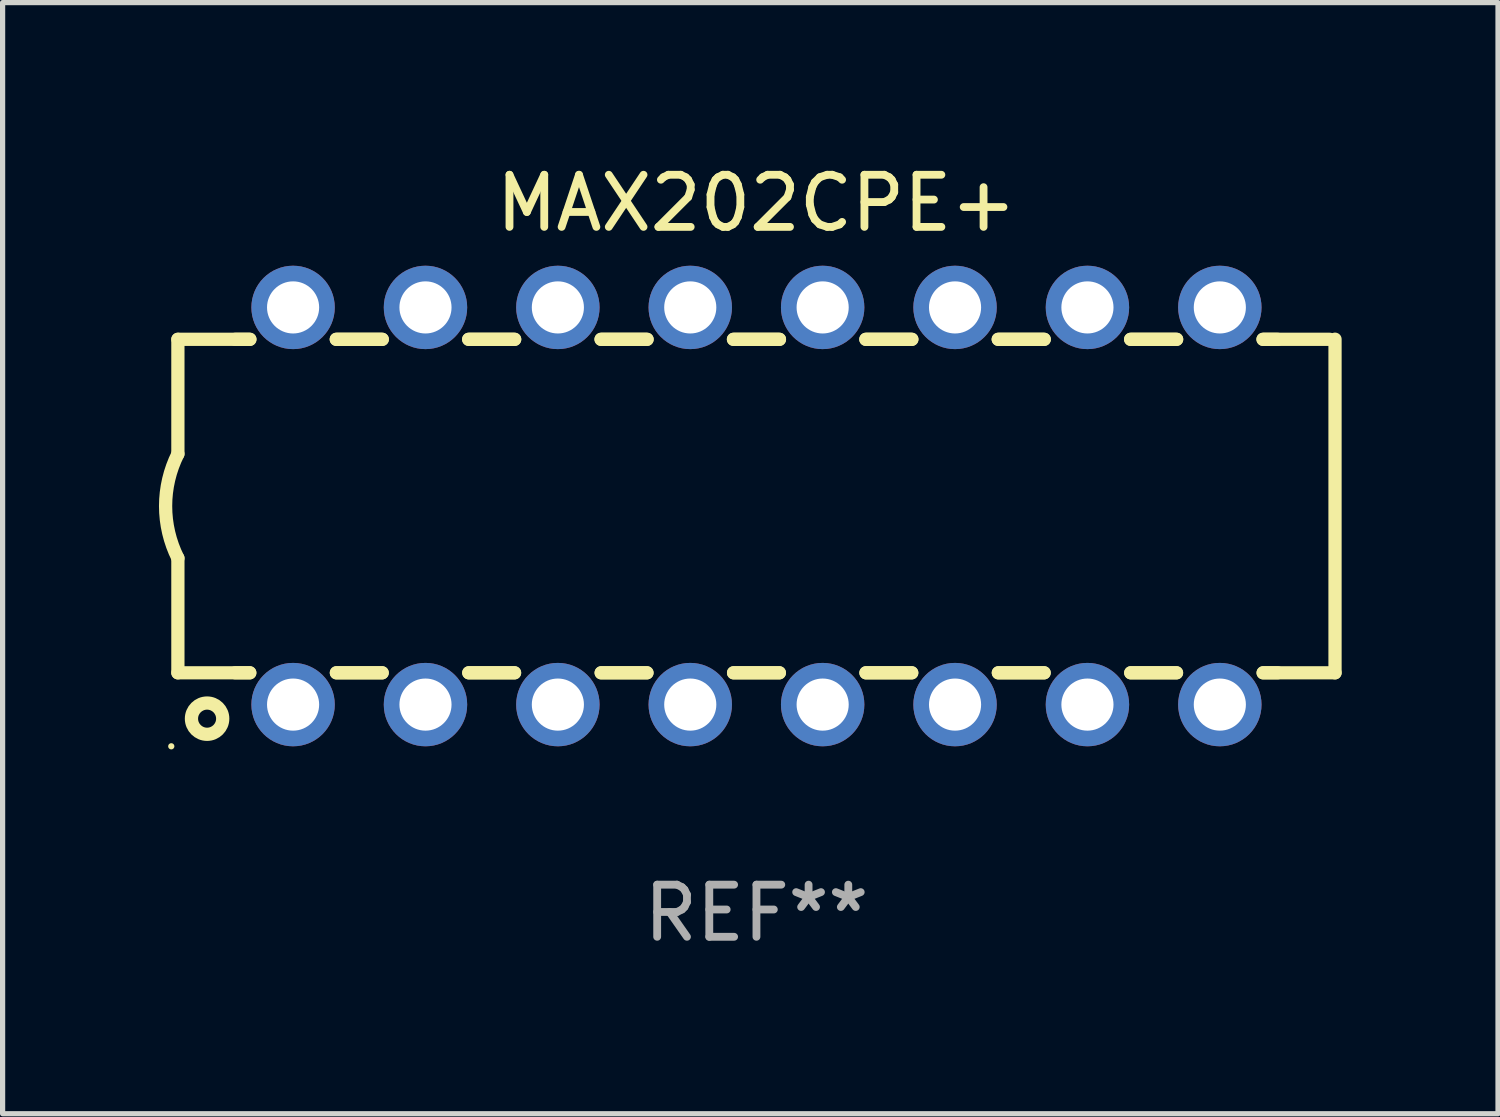
<source format=kicad_pcb>
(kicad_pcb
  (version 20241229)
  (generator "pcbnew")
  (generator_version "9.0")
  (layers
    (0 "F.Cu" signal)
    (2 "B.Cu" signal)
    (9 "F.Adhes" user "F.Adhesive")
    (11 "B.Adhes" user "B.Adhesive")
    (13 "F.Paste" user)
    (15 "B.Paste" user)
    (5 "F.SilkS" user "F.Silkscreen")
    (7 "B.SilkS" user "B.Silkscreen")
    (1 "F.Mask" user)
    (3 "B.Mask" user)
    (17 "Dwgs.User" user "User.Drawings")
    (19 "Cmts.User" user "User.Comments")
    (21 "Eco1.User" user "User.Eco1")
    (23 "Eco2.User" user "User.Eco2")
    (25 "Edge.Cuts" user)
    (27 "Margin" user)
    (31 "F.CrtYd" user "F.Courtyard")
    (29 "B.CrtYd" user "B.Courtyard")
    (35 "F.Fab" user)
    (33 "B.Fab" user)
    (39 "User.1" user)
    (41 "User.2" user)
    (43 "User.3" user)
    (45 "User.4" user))
  (footprint "MAX202CPE+"
    (layer "F.Cu")
    (at 11.463 6.658)
    (property "Reference" "MAX202CPE+" (at 0 -5.81 0) (layer "F.SilkS") (effects (font (size 1 1) (thickness 0.15))))
    (attr through_hole)
    (fp_line (start -11.1 -3.198) (end -9.719 -3.198) (stroke (width 0.254) (type solid)) (layer "F.SilkS"))
    (fp_line (start -11.1 -0.998) (end -11.1 -3.198) (stroke (width 0.254) (type solid)) (layer "F.SilkS"))
    (fp_line (start -11.1 3.2) (end -11.1 1) (stroke (width 0.254) (type solid)) (layer "F.SilkS"))
    (fp_line (start -11.1 3.2) (end -9.721 3.2) (stroke (width 0.254) (type solid)) (layer "F.SilkS"))
    (fp_line (start -10 -3.198) (end -9.719 -3.198) (stroke (width 0.254) (type solid)) (layer "F.SilkS"))
    (fp_line (start -10 3.2) (end -9.721 3.2) (stroke (width 0.254) (type solid)) (layer "F.SilkS"))
    (fp_line (start -8.061 -3.198) (end -7.179 -3.198) (stroke (width 0.254) (type solid)) (layer "F.SilkS"))
    (fp_line (start -8.061 -3.198) (end -7.179 -3.198) (stroke (width 0.254) (type solid)) (layer "F.SilkS"))
    (fp_line (start -8.059 3.2) (end -7.181 3.2) (stroke (width 0.254) (type solid)) (layer "F.SilkS"))
    (fp_line (start -8.059 3.2) (end -7.181 3.2) (stroke (width 0.254) (type solid)) (layer "F.SilkS"))
    (fp_line (start -5.521 -3.198) (end -4.639 -3.198) (stroke (width 0.254) (type solid)) (layer "F.SilkS"))
    (fp_line (start -5.521 -3.198) (end -4.639 -3.198) (stroke (width 0.254) (type solid)) (layer "F.SilkS"))
    (fp_line (start -5.519 3.2) (end -4.641 3.2) (stroke (width 0.254) (type solid)) (layer "F.SilkS"))
    (fp_line (start -5.519 3.2) (end -4.641 3.2) (stroke (width 0.254) (type solid)) (layer "F.SilkS"))
    (fp_line (start -2.981 -3.198) (end -2.099 -3.198) (stroke (width 0.254) (type solid)) (layer "F.SilkS"))
    (fp_line (start -2.981 -3.198) (end -2.099 -3.198) (stroke (width 0.254) (type solid)) (layer "F.SilkS"))
    (fp_line (start -2.979 3.2) (end -2.101 3.2) (stroke (width 0.254) (type solid)) (layer "F.SilkS"))
    (fp_line (start -2.979 3.2) (end -2.101 3.2) (stroke (width 0.254) (type solid)) (layer "F.SilkS"))
    (fp_line (start -0.441 -3.198) (end 0.441 -3.198) (stroke (width 0.254) (type solid)) (layer "F.SilkS"))
    (fp_line (start -0.441 -3.198) (end 0.441 -3.198) (stroke (width 0.254) (type solid)) (layer "F.SilkS"))
    (fp_line (start -0.439 3.2) (end 0.439 3.2) (stroke (width 0.254) (type solid)) (layer "F.SilkS"))
    (fp_line (start -0.439 3.2) (end 0.439 3.2) (stroke (width 0.254) (type solid)) (layer "F.SilkS"))
    (fp_line (start 2.099 -3.198) (end 2.981 -3.198) (stroke (width 0.254) (type solid)) (layer "F.SilkS"))
    (fp_line (start 2.099 -3.198) (end 2.981 -3.198) (stroke (width 0.254) (type solid)) (layer "F.SilkS"))
    (fp_line (start 2.101 3.2) (end 2.979 3.2) (stroke (width 0.254) (type solid)) (layer "F.SilkS"))
    (fp_line (start 2.101 3.2) (end 2.979 3.2) (stroke (width 0.254) (type solid)) (layer "F.SilkS"))
    (fp_line (start 4.639 -3.198) (end 5.521 -3.198) (stroke (width 0.254) (type solid)) (layer "F.SilkS"))
    (fp_line (start 4.639 -3.198) (end 5.521 -3.198) (stroke (width 0.254) (type solid)) (layer "F.SilkS"))
    (fp_line (start 4.641 3.2) (end 5.519 3.2) (stroke (width 0.254) (type solid)) (layer "F.SilkS"))
    (fp_line (start 4.641 3.2) (end 5.519 3.2) (stroke (width 0.254) (type solid)) (layer "F.SilkS"))
    (fp_line (start 7.179 -3.198) (end 8.061 -3.198) (stroke (width 0.254) (type solid)) (layer "F.SilkS"))
    (fp_line (start 7.179 -3.198) (end 8.061 -3.198) (stroke (width 0.254) (type solid)) (layer "F.SilkS"))
    (fp_line (start 7.181 3.2) (end 8.059 3.2) (stroke (width 0.254) (type solid)) (layer "F.SilkS"))
    (fp_line (start 7.181 3.2) (end 8.059 3.2) (stroke (width 0.254) (type solid)) (layer "F.SilkS"))
    (fp_line (start 9.719 -3.198) (end 10 -3.198) (stroke (width 0.254) (type solid)) (layer "F.SilkS"))
    (fp_line (start 9.719 -3.198) (end 11 -3.198) (stroke (width 0.254) (type solid)) (layer "F.SilkS"))
    (fp_line (start 9.721 3.2) (end 11.1 3.2) (stroke (width 0.254) (type solid)) (layer "F.SilkS"))
    (fp_line (start 9.721 3.2) (end 10 3.2) (stroke (width 0.254) (type solid)) (layer "F.SilkS"))
    (fp_line (start 11.1 3.2) (end 11.1 -3.2) (stroke (width 0.254) (type solid)) (layer "F.SilkS"))
    (fp_arc (start -11.099823 1.000762) (mid -11.335827 0.001303) (end -11.1 -0.998197) (stroke (width 0.254001) (type solid)) (layer "F.SilkS"))
    (fp_circle (center -11.227 4.61) (end -11.197 4.61) (stroke (width 0.06) (type solid)) (fill no) (layer "F.SilkS"))
    (fp_circle (center -10.54 4.08) (end -10.24 4.08) (stroke (width 0.254) (type solid)) (fill no) (layer "F.SilkS"))
    (fp_text user "REF**" (at 0 7.81 0) (layer "F.Fab") (effects (font (size 1 1) (thickness 0.15))))
    (pad "1" thru_hole circle (at -8.89 3.81) (size 1.6 1.6) (drill 1) (layers "*.Cu" "*.Mask"))
    (pad "2" thru_hole circle (at -6.35 3.81) (size 1.6 1.6) (drill 1) (layers "*.Cu" "*.Mask"))
    (pad "3" thru_hole circle (at -3.81 3.81) (size 1.6 1.6) (drill 1) (layers "*.Cu" "*.Mask"))
    (pad "4" thru_hole circle (at -1.27 3.81) (size 1.6 1.6) (drill 1) (layers "*.Cu" "*.Mask"))
    (pad "5" thru_hole circle (at 1.27 3.81) (size 1.6 1.6) (drill 1) (layers "*.Cu" "*.Mask"))
    (pad "6" thru_hole circle (at 3.81 3.81) (size 1.6 1.6) (drill 1) (layers "*.Cu" "*.Mask"))
    (pad "7" thru_hole circle (at 6.35 3.81) (size 1.6 1.6) (drill 1) (layers "*.Cu" "*.Mask"))
    (pad "8" thru_hole circle (at 8.89 3.81) (size 1.6 1.6) (drill 1) (layers "*.Cu" "*.Mask"))
    (pad "9" thru_hole circle (at 8.89 -3.81) (size 1.6 1.6) (drill 1) (layers "*.Cu" "*.Mask"))
    (pad "10" thru_hole circle (at 6.35 -3.81) (size 1.6 1.6) (drill 1) (layers "*.Cu" "*.Mask"))
    (pad "11" thru_hole circle (at 3.81 -3.81) (size 1.6 1.6) (drill 1) (layers "*.Cu" "*.Mask"))
    (pad "12" thru_hole circle (at 1.27 -3.81) (size 1.6 1.6) (drill 1) (layers "*.Cu" "*.Mask"))
    (pad "13" thru_hole circle (at -1.27 -3.81) (size 1.6 1.6) (drill 1) (layers "*.Cu" "*.Mask"))
    (pad "14" thru_hole circle (at -3.81 -3.81) (size 1.6 1.6) (drill 1) (layers "*.Cu" "*.Mask"))
    (pad "15" thru_hole circle (at -6.35 -3.81) (size 1.6 1.6) (drill 1) (layers "*.Cu" "*.Mask"))
    (pad "16" thru_hole circle (at -8.89 -3.81) (size 1.6 1.6) (drill 1) (layers "*.Cu" "*.Mask")))
  (gr_rect
    (start -3 -3)
    (end 25.69 18.317)
    (stroke (width 0.1) (type default))
    (fill no)
    (layer "Edge.Cuts")))
</source>
